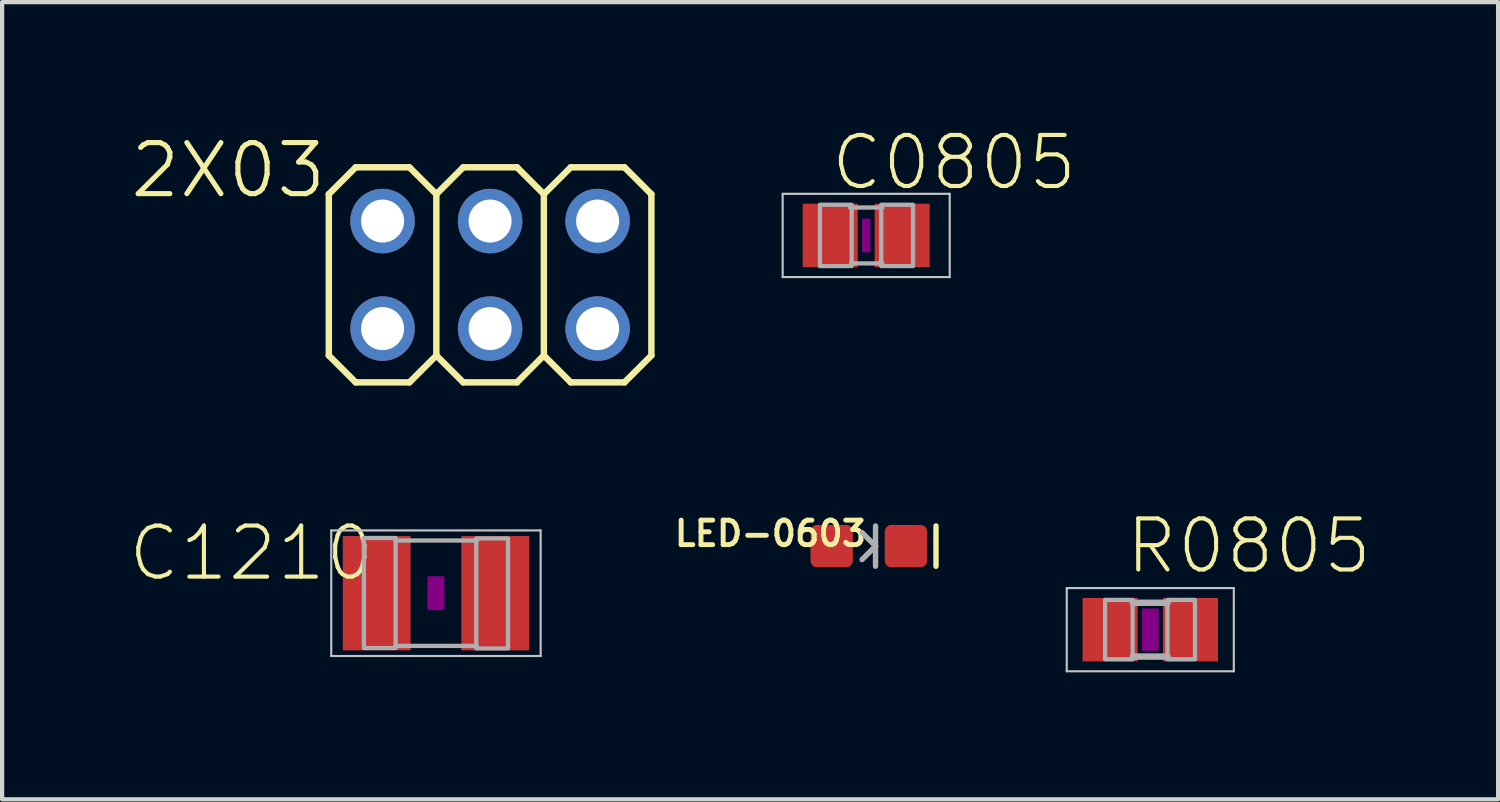
<source format=kicad_pcb>
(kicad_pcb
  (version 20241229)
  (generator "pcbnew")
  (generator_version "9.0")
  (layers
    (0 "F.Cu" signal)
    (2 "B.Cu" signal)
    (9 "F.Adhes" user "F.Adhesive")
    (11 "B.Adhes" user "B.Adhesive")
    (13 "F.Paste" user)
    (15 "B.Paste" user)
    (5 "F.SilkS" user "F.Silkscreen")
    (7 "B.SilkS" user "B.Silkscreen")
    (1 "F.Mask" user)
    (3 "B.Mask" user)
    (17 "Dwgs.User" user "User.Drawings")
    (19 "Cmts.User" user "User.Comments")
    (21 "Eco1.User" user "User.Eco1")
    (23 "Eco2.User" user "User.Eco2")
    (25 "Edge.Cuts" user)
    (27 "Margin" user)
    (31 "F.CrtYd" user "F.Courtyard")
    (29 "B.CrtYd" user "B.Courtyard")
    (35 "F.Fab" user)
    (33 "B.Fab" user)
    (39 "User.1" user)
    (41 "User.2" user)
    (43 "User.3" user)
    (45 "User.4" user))
  (footprint "2X03"
    (layer "F.Cu")
    (at 8.527 3.442)
    (property "Reference" "2X03" (at -3.81 -3.175 180) (layer "F.SilkS") (effects (font (size 1.206 1.206) (thickness 0.121)) (justify right top)))
    (attr through_hole)
    (fp_line (start -3.81 -1.905) (end -3.175 -2.54) (stroke (width 0.152) (type solid)) (layer "F.SilkS"))
    (fp_line (start -3.81 1.905) (end -3.81 -1.905) (stroke (width 0.152) (type solid)) (layer "F.SilkS"))
    (fp_line (start -3.81 1.905) (end -3.175 2.54) (stroke (width 0.152) (type solid)) (layer "F.SilkS"))
    (fp_line (start -3.175 -2.54) (end -1.905 -2.54) (stroke (width 0.152) (type solid)) (layer "F.SilkS"))
    (fp_line (start -3.175 2.54) (end -1.905 2.54) (stroke (width 0.152) (type solid)) (layer "F.SilkS"))
    (fp_line (start -1.905 -2.54) (end -1.27 -1.905) (stroke (width 0.152) (type solid)) (layer "F.SilkS"))
    (fp_line (start -1.905 2.54) (end -1.27 1.905) (stroke (width 0.152) (type solid)) (layer "F.SilkS"))
    (fp_line (start -1.27 -1.905) (end -1.27 1.905) (stroke (width 0.152) (type solid)) (layer "F.SilkS"))
    (fp_line (start -1.27 -1.905) (end -0.635 -2.54) (stroke (width 0.152) (type solid)) (layer "F.SilkS"))
    (fp_line (start -1.27 1.905) (end -0.635 2.54) (stroke (width 0.152) (type solid)) (layer "F.SilkS"))
    (fp_line (start -0.635 -2.54) (end 0.635 -2.54) (stroke (width 0.152) (type solid)) (layer "F.SilkS"))
    (fp_line (start -0.635 2.54) (end 0.635 2.54) (stroke (width 0.152) (type solid)) (layer "F.SilkS"))
    (fp_line (start 0.635 -2.54) (end 1.27 -1.905) (stroke (width 0.152) (type solid)) (layer "F.SilkS"))
    (fp_line (start 0.635 2.54) (end 1.27 1.905) (stroke (width 0.152) (type solid)) (layer "F.SilkS"))
    (fp_line (start 1.27 -1.905) (end 1.27 1.905) (stroke (width 0.152) (type solid)) (layer "F.SilkS"))
    (fp_line (start 1.27 -1.905) (end 1.905 -2.54) (stroke (width 0.152) (type solid)) (layer "F.SilkS"))
    (fp_line (start 1.27 1.905) (end 1.905 2.54) (stroke (width 0.152) (type solid)) (layer "F.SilkS"))
    (fp_line (start 1.905 -2.54) (end 3.175 -2.54) (stroke (width 0.152) (type solid)) (layer "F.SilkS"))
    (fp_line (start 1.905 2.54) (end 3.175 2.54) (stroke (width 0.152) (type solid)) (layer "F.SilkS"))
    (fp_line (start 3.175 -2.54) (end 3.81 -1.905) (stroke (width 0.152) (type solid)) (layer "F.SilkS"))
    (fp_line (start 3.175 2.54) (end 3.81 1.905) (stroke (width 0.152) (type solid)) (layer "F.SilkS"))
    (fp_line (start 3.81 -1.905) (end 3.81 1.905) (stroke (width 0.152) (type solid)) (layer "F.SilkS"))
    (fp_poly (pts (xy -2.794 -1.016) (xy -2.286 -1.016) (xy -2.286 -1.524) (xy -2.794 -1.524)) (stroke (width 0.1) (type solid)) (fill no) (layer "F.Fab"))
    (fp_poly (pts (xy -2.794 1.524) (xy -2.286 1.524) (xy -2.286 1.016) (xy -2.794 1.016)) (stroke (width 0.1) (type solid)) (fill no) (layer "F.Fab"))
    (fp_poly (pts (xy -0.254 -1.016) (xy 0.254 -1.016) (xy 0.254 -1.524) (xy -0.254 -1.524)) (stroke (width 0.1) (type solid)) (fill no) (layer "F.Fab"))
    (fp_poly (pts (xy -0.254 1.524) (xy 0.254 1.524) (xy 0.254 1.016) (xy -0.254 1.016)) (stroke (width 0.1) (type solid)) (fill no) (layer "F.Fab"))
    (fp_poly (pts (xy 2.286 -1.016) (xy 2.794 -1.016) (xy 2.794 -1.524) (xy 2.286 -1.524)) (stroke (width 0.1) (type solid)) (fill no) (layer "F.Fab"))
    (fp_poly (pts (xy 2.286 1.524) (xy 2.794 1.524) (xy 2.794 1.016) (xy 2.286 1.016)) (stroke (width 0.1) (type solid)) (fill no) (layer "F.Fab"))
    (pad "1" thru_hole circle (at -2.54 1.27) (size 1.524 1.524) (drill 1.016) (layers "*.Cu" "*.Mask"))
    (pad "2" thru_hole circle (at -2.54 -1.27) (size 1.524 1.524) (drill 1.016) (layers "*.Cu" "*.Mask"))
    (pad "3" thru_hole circle (at 0 1.27) (size 1.524 1.524) (drill 1.016) (layers "*.Cu" "*.Mask"))
    (pad "4" thru_hole circle (at 0 -1.27) (size 1.524 1.524) (drill 1.016) (layers "*.Cu" "*.Mask"))
    (pad "5" thru_hole circle (at 2.54 1.27) (size 1.524 1.524) (drill 1.016) (layers "*.Cu" "*.Mask"))
    (pad "6" thru_hole circle (at 2.54 -1.27) (size 1.524 1.524) (drill 1.016) (layers "*.Cu" "*.Mask")))
  (footprint "C0805"
    (layer "F.Cu")
    (at 17.411 2.512)
    (property "Reference" "C0805" (at -0.889 -1.016 0) (layer "F.SilkS") (effects (font (size 1.206 1.206) (thickness 0.097)) (justify left bottom)))
    (attr through_hole)
    (fp_poly (pts (xy -0.1 0.4) (xy 0.1 0.4) (xy 0.1 -0.4) (xy -0.1 -0.4)) (stroke (width 0) (type solid)) (fill yes) (layer "F.Adhes"))
    (fp_line (start -1.973 -0.983) (end 1.973 -0.983) (stroke (width 0.051) (type solid)) (layer "Dwgs.User"))
    (fp_line (start -1.973 0.983) (end -1.973 -0.983) (stroke (width 0.051) (type solid)) (layer "Dwgs.User"))
    (fp_line (start 1.973 -0.983) (end 1.973 0.983) (stroke (width 0.051) (type solid)) (layer "Dwgs.User"))
    (fp_line (start 1.973 0.983) (end -1.973 0.983) (stroke (width 0.051) (type solid)) (layer "Dwgs.User"))
    (fp_line (start -0.381 -0.66) (end 0.381 -0.66) (stroke (width 0.102) (type solid)) (layer "F.Fab"))
    (fp_line (start -0.356 0.66) (end 0.381 0.66) (stroke (width 0.102) (type solid)) (layer "F.Fab"))
    (fp_poly (pts (xy -1.092 0.724) (xy -0.342 0.724) (xy -0.342 -0.726) (xy -1.092 -0.726)) (stroke (width 0.1) (type solid)) (fill no) (layer "F.Fab"))
    (fp_poly (pts (xy 0.356 0.724) (xy 1.106 0.724) (xy 1.106 -0.726) (xy 0.356 -0.726)) (stroke (width 0.1) (type solid)) (fill no) (layer "F.Fab"))
    (pad "1" smd rect (at -0.85 0) (size 1.3 1.5) (layers "F.Cu" "F.Mask" "F.Paste"))
    (pad "2" smd rect (at 0.85 0) (size 1.3 1.5) (layers "F.Cu" "F.Mask" "F.Paste")))
  (footprint "C1210"
    (layer "F.Cu")
    (at 7.248 10.963)
    (property "Reference" "C1210" (at -1.397 -1.651 180) (layer "F.SilkS") (effects (font (size 1.206 1.206) (thickness 0.097)) (justify right top)))
    (attr through_hole)
    (fp_poly (pts (xy -0.2 0.4) (xy 0.2 0.4) (xy 0.2 -0.4) (xy -0.2 -0.4)) (stroke (width 0) (type solid)) (fill yes) (layer "F.Adhes"))
    (fp_line (start -2.473 -1.483) (end 2.473 -1.483) (stroke (width 0.051) (type solid)) (layer "Dwgs.User"))
    (fp_line (start -2.473 1.483) (end -2.473 -1.483) (stroke (width 0.051) (type solid)) (layer "Dwgs.User"))
    (fp_line (start 2.473 -1.483) (end 2.473 1.483) (stroke (width 0.051) (type solid)) (layer "Dwgs.User"))
    (fp_line (start 2.473 1.483) (end -2.473 1.483) (stroke (width 0.051) (type solid)) (layer "Dwgs.User"))
    (fp_line (start -0.965 -1.245) (end 0.965 -1.245) (stroke (width 0.102) (type solid)) (layer "F.Fab"))
    (fp_line (start -0.965 1.245) (end 0.965 1.245) (stroke (width 0.102) (type solid)) (layer "F.Fab"))
    (fp_poly (pts (xy -1.702 1.295) (xy -0.952 1.295) (xy -0.952 -1.304) (xy -1.702 -1.304)) (stroke (width 0.1) (type solid)) (fill no) (layer "F.Fab"))
    (fp_poly (pts (xy 0.952 1.304) (xy 1.702 1.304) (xy 1.702 -1.295) (xy 0.952 -1.295)) (stroke (width 0.1) (type solid)) (fill no) (layer "F.Fab"))
    (pad "1" smd rect (at -1.4 0) (size 1.6 2.7) (layers "F.Cu" "F.Mask" "F.Paste"))
    (pad "2" smd rect (at 1.4 0) (size 1.6 2.7) (layers "F.Cu" "F.Mask" "F.Paste")))
  (footprint "LED-0603"
    (layer "F.Cu")
    (at 17.473 9.85)
    (property "Reference" "LED-0603" (at 0 -0.635 180) (layer "F.SilkS") (effects (font (size 0.579 0.579) (thickness 0.116)) (justify right top)))
    (attr through_hole)
    (fp_line (start 1.587 -0.476) (end 1.587 0.476) (stroke (width 0.127) (type solid)) (layer "F.SilkS"))
    (fp_line (start 0.159 -0.476) (end 0.159 0) (stroke (width 0.127) (type solid)) (layer "F.Fab"))
    (fp_line (start 0.159 0) (end -0.159 -0.318) (stroke (width 0.127) (type solid)) (layer "F.Fab"))
    (fp_line (start 0.159 0) (end -0.159 0.318) (stroke (width 0.127) (type solid)) (layer "F.Fab"))
    (fp_line (start 0.159 0) (end 0.159 0.476) (stroke (width 0.127) (type solid)) (layer "F.Fab"))
    (pad "A" smd roundrect (at -0.877 0 270) (size 1 1) (layers "F.Cu" "F.Mask" "F.Paste") (roundrect_rratio 0.15))
    (pad "C" smd roundrect (at 0.877 0 270) (size 1 1) (layers "F.Cu" "F.Mask" "F.Paste") (roundrect_rratio 0.15)))
  (footprint "R0805"
    (layer "F.Cu")
    (at 24.122 11.824)
    (property "Reference" "R0805" (at -0.635 -1.27 0) (layer "F.SilkS") (effects (font (size 1.206 1.206) (thickness 0.097)) (justify left bottom)))
    (attr through_hole)
    (fp_poly (pts (xy -0.2 0.5) (xy 0.2 0.5) (xy 0.2 -0.5) (xy -0.2 -0.5)) (stroke (width 0) (type solid)) (fill yes) (layer "F.Adhes"))
    (fp_line (start -1.973 -0.983) (end 1.973 -0.983) (stroke (width 0.051) (type solid)) (layer "Dwgs.User"))
    (fp_line (start -1.973 0.983) (end -1.973 -0.983) (stroke (width 0.051) (type solid)) (layer "Dwgs.User"))
    (fp_line (start 1.973 -0.983) (end 1.973 0.983) (stroke (width 0.051) (type solid)) (layer "Dwgs.User"))
    (fp_line (start 1.973 0.983) (end -1.973 0.983) (stroke (width 0.051) (type solid)) (layer "Dwgs.User"))
    (fp_line (start -0.41 -0.635) (end 0.41 -0.635) (stroke (width 0.152) (type solid)) (layer "F.Fab"))
    (fp_line (start -0.41 0.635) (end 0.41 0.635) (stroke (width 0.152) (type solid)) (layer "F.Fab"))
    (fp_poly (pts (xy -1.067 0.699) (xy -0.417 0.699) (xy -0.417 -0.702) (xy -1.067 -0.702)) (stroke (width 0.1) (type solid)) (fill no) (layer "F.Fab"))
    (fp_poly (pts (xy 0.406 0.699) (xy 1.056 0.699) (xy 1.056 -0.702) (xy 0.406 -0.702)) (stroke (width 0.1) (type solid)) (fill no) (layer "F.Fab"))
    (pad "1" smd rect (at -0.95 0) (size 1.3 1.5) (layers "F.Cu" "F.Mask" "F.Paste"))
    (pad "2" smd rect (at 0.95 0) (size 1.3 1.5) (layers "F.Cu" "F.Mask" "F.Paste")))
  (gr_rect
    (start -3 -3)
    (end 32.338 15.832)
    (stroke (width 0.1) (type default))
    (fill no)
    (layer "Edge.Cuts")))
</source>
